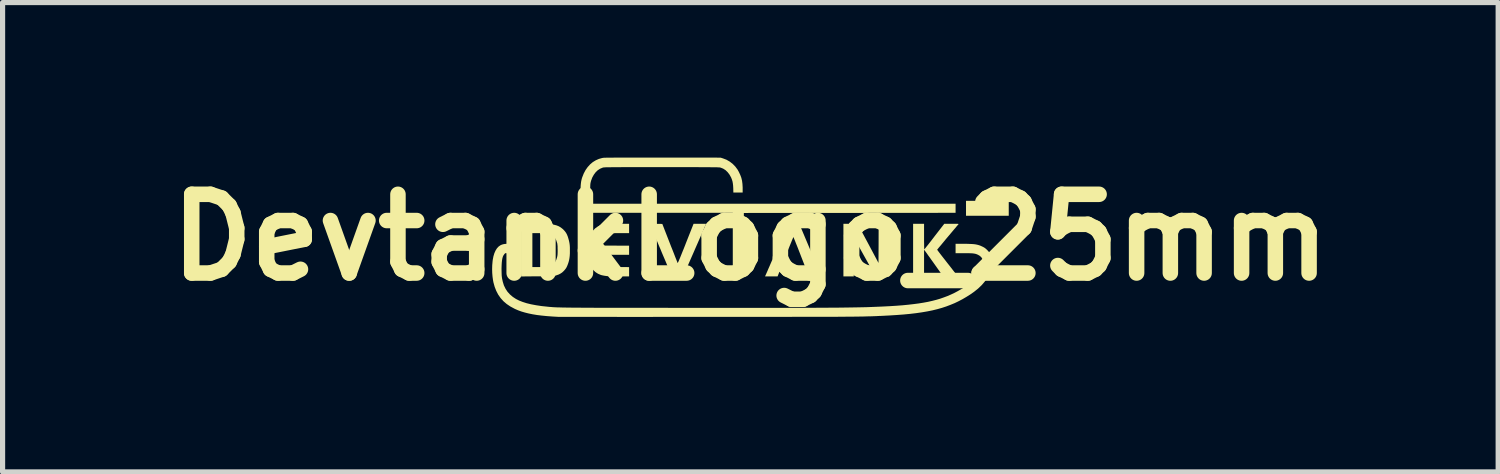
<source format=kicad_pcb>
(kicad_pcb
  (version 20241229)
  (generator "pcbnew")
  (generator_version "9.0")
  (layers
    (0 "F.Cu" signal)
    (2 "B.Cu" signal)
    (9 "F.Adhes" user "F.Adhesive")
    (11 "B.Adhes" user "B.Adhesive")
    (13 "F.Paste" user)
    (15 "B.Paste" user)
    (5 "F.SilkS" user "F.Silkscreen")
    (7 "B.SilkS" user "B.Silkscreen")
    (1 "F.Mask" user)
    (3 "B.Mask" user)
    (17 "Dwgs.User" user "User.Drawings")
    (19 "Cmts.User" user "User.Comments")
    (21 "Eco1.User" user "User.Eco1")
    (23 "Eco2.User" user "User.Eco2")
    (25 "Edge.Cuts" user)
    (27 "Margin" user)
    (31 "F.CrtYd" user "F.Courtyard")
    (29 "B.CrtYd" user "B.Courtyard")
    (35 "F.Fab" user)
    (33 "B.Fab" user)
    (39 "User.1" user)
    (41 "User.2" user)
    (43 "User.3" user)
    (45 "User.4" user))
  (footprint "DevtankLogo_25mm"
    (layer "F.Cu")
    (at 11.474 1.545)
    (property "Reference" "DevtankLogo_25mm" (at 0 0 0) (layer "F.SilkS") (effects (font (size 1.524 1.524) (thickness 0.3))))
    (attr board_only exclude_from_pos_files exclude_from_bom)
    (fp_poly (pts (xy 5 -0.419) (xy 4.173 -0.419) (xy 4.173 -0.708) (xy 5 -0.708)) (stroke (width 0) (type solid)) (fill yes) (layer "F.SilkS"))
    (fp_poly (pts (xy 3.971 -0.476) (xy 1.922 -0.474) (xy -0.127 -0.473) (xy -0.128 0.141) (xy -0.129 0.755) (xy -0.341 0.755) (xy -0.341 -0.476) (xy -3.304 -0.476) (xy -3.304 -0.652) (xy 3.971 -0.652)) (stroke (width 0) (type solid)) (fill yes) (layer "F.SilkS"))
    (fp_poly (pts (xy 1.938 -0.263) (xy 2.076 -0.261) (xy 2.278 0.116) (xy 2.479 0.494) (xy 2.481 0.115) (xy 2.482 -0.264) (xy 2.689 -0.264) (xy 2.689 0.755) (xy 2.556 0.755) (xy 2.423 0.755) (xy 2.216 0.385) (xy 2.184 0.328) (xy 2.154 0.274) (xy 2.125 0.222) (xy 2.099 0.175) (xy 2.075 0.133) (xy 2.054 0.096) (xy 2.036 0.064) (xy 2.022 0.04) (xy 2.012 0.023) (xy 2.006 0.014) (xy 2.005 0.012) (xy 2.005 0.017) (xy 2.004 0.031) (xy 2.003 0.054) (xy 2.003 0.085) (xy 2.002 0.123) (xy 2.002 0.167) (xy 2.002 0.216) (xy 2.001 0.271) (xy 2.001 0.329) (xy 2.001 0.382) (xy 2.001 0.755) (xy 1.8 0.755) (xy 1.8 -0.264)) (stroke (width 0) (type solid)) (fill yes) (layer "F.SilkS"))
    (fp_poly (pts (xy 1.156 0.235) (xy 1.185 0.303) (xy 1.212 0.369) (xy 1.239 0.432) (xy 1.263 0.49) (xy 1.286 0.544) (xy 1.307 0.593) (xy 1.325 0.637) (xy 1.341 0.673) (xy 1.353 0.703) (xy 1.362 0.725) (xy 1.368 0.739) (xy 1.37 0.743) (xy 1.375 0.755) (xy 1.253 0.754) (xy 1.131 0.752) (xy 0.984 0.375) (xy 0.961 0.315) (xy 0.939 0.259) (xy 0.918 0.205) (xy 0.899 0.157) (xy 0.881 0.113) (xy 0.866 0.074) (xy 0.853 0.043) (xy 0.843 0.018) (xy 0.837 0.002) (xy 0.833 -0.006) (xy 0.833 -0.007) (xy 0.831 -0.003) (xy 0.825 0.01) (xy 0.815 0.032) (xy 0.803 0.06) (xy 0.789 0.096) (xy 0.772 0.137) (xy 0.753 0.184) (xy 0.732 0.235) (xy 0.71 0.291) (xy 0.686 0.349) (xy 0.677 0.372) (xy 0.526 0.755) (xy 0.405 0.755) (xy 0.371 0.755) (xy 0.341 0.755) (xy 0.315 0.754) (xy 0.297 0.754) (xy 0.286 0.754) (xy 0.284 0.753) (xy 0.286 0.748) (xy 0.292 0.735) (xy 0.302 0.713) (xy 0.315 0.683) (xy 0.331 0.647) (xy 0.349 0.604) (xy 0.371 0.555) (xy 0.394 0.501) (xy 0.42 0.442) (xy 0.447 0.38) (xy 0.476 0.314) (xy 0.506 0.246) (xy 0.506 0.245) (xy 0.728 -0.261) (xy 0.947 -0.261)) (stroke (width 0) (type solid)) (fill yes) (layer "F.SilkS"))
    (fp_poly (pts (xy -0.945 -0.264) (xy -0.915 -0.263) (xy -0.889 -0.263) (xy -0.871 -0.263) (xy -0.86 -0.262) (xy -0.858 -0.262) (xy -0.86 -0.257) (xy -0.866 -0.244) (xy -0.876 -0.222) (xy -0.889 -0.192) (xy -0.905 -0.155) (xy -0.923 -0.112) (xy -0.945 -0.064) (xy -0.968 -0.01) (xy -0.994 0.049) (xy -1.021 0.111) (xy -1.05 0.177) (xy -1.08 0.245) (xy -1.08 0.246) (xy -1.302 0.752) (xy -1.519 0.755) (xy -1.525 0.741) (xy -1.528 0.734) (xy -1.535 0.719) (xy -1.545 0.695) (xy -1.558 0.664) (xy -1.574 0.625) (xy -1.593 0.581) (xy -1.614 0.531) (xy -1.637 0.475) (xy -1.662 0.416) (xy -1.689 0.353) (xy -1.717 0.287) (xy -1.738 0.235) (xy -1.767 0.168) (xy -1.794 0.103) (xy -1.82 0.041) (xy -1.845 -0.017) (xy -1.867 -0.07) (xy -1.887 -0.118) (xy -1.905 -0.16) (xy -1.92 -0.195) (xy -1.932 -0.224) (xy -1.941 -0.244) (xy -1.946 -0.257) (xy -1.948 -0.26) (xy -1.944 -0.261) (xy -1.93 -0.262) (xy -1.91 -0.262) (xy -1.883 -0.263) (xy -1.851 -0.263) (xy -1.828 -0.263) (xy -1.705 -0.261) (xy -1.559 0.114) (xy -1.536 0.173) (xy -1.513 0.23) (xy -1.492 0.283) (xy -1.473 0.332) (xy -1.456 0.376) (xy -1.441 0.414) (xy -1.428 0.446) (xy -1.418 0.471) (xy -1.412 0.487) (xy -1.408 0.495) (xy -1.408 0.496) (xy -1.405 0.493) (xy -1.399 0.48) (xy -1.389 0.459) (xy -1.376 0.428) (xy -1.359 0.388) (xy -1.339 0.338) (xy -1.315 0.278) (xy -1.287 0.21) (xy -1.256 0.131) (xy -1.252 0.12) (xy -1.1 -0.264) (xy -0.979 -0.264)) (stroke (width 0) (type solid)) (fill yes) (layer "F.SilkS"))
    (fp_poly (pts (xy 3.361 -0.016) (xy 3.361 0.034) (xy 3.361 0.08) (xy 3.362 0.122) (xy 3.362 0.159) (xy 3.363 0.189) (xy 3.364 0.212) (xy 3.364 0.227) (xy 3.365 0.232) (xy 3.365 0.232) (xy 3.369 0.228) (xy 3.378 0.217) (xy 3.393 0.199) (xy 3.412 0.174) (xy 3.436 0.145) (xy 3.463 0.11) (xy 3.493 0.072) (xy 3.525 0.03) (xy 3.559 -0.014) (xy 3.56 -0.016) (xy 3.752 -0.263) (xy 3.893 -0.264) (xy 3.935 -0.264) (xy 3.968 -0.263) (xy 3.992 -0.263) (xy 4.009 -0.263) (xy 4.021 -0.262) (xy 4.027 -0.26) (xy 4.029 -0.259) (xy 4.028 -0.256) (xy 4.027 -0.255) (xy 4.01 -0.235) (xy 3.989 -0.211) (xy 3.965 -0.181) (xy 3.937 -0.149) (xy 3.907 -0.113) (xy 3.875 -0.075) (xy 3.843 -0.037) (xy 3.81 0.002) (xy 3.777 0.041) (xy 3.746 0.079) (xy 3.717 0.114) (xy 3.69 0.147) (xy 3.666 0.175) (xy 3.645 0.2) (xy 3.63 0.219) (xy 3.619 0.232) (xy 3.615 0.238) (xy 3.615 0.239) (xy 3.618 0.243) (xy 3.627 0.256) (xy 3.641 0.275) (xy 3.66 0.3) (xy 3.683 0.33) (xy 3.71 0.365) (xy 3.74 0.403) (xy 3.773 0.445) (xy 3.807 0.489) (xy 3.81 0.493) (xy 3.845 0.537) (xy 3.878 0.579) (xy 3.908 0.618) (xy 3.936 0.654) (xy 3.96 0.684) (xy 3.98 0.71) (xy 3.995 0.73) (xy 4.005 0.743) (xy 4.009 0.748) (xy 4.009 0.749) (xy 4.009 0.75) (xy 4.003 0.752) (xy 3.991 0.753) (xy 3.973 0.754) (xy 3.947 0.755) (xy 3.913 0.755) (xy 3.872 0.755) (xy 3.731 0.755) (xy 3.558 0.511) (xy 3.526 0.466) (xy 3.495 0.423) (xy 3.467 0.383) (xy 3.441 0.348) (xy 3.419 0.316) (xy 3.4 0.29) (xy 3.386 0.271) (xy 3.376 0.258) (xy 3.373 0.254) (xy 3.361 0.24) (xy 3.361 0.498) (xy 3.361 0.755) (xy 3.149 0.755) (xy 3.149 -0.264) (xy 3.361 -0.264)) (stroke (width 0) (type solid)) (fill yes) (layer "F.SilkS"))
    (fp_poly (pts (xy -2.348 -0.083) (xy -2.535 -0.083) (xy -2.581 -0.083) (xy -2.625 -0.082) (xy -2.665 -0.081) (xy -2.699 -0.081) (xy -2.727 -0.079) (xy -2.747 -0.078) (xy -2.756 -0.077) (xy -2.8 -0.066) (xy -2.837 -0.049) (xy -2.867 -0.024) (xy -2.891 0.008) (xy -2.908 0.048) (xy -2.919 0.096) (xy -2.923 0.134) (xy -2.924 0.158) (xy -2.636 0.159) (xy -2.348 0.16) (xy -2.348 0.336) (xy -2.634 0.336) (xy -2.688 0.336) (xy -2.738 0.336) (xy -2.784 0.337) (xy -2.825 0.337) (xy -2.861 0.338) (xy -2.889 0.338) (xy -2.909 0.339) (xy -2.921 0.34) (xy -2.923 0.34) (xy -2.923 0.347) (xy -2.922 0.361) (xy -2.919 0.379) (xy -2.918 0.384) (xy -2.906 0.432) (xy -2.888 0.473) (xy -2.863 0.506) (xy -2.83 0.532) (xy -2.79 0.552) (xy -2.767 0.56) (xy -2.757 0.563) (xy -2.747 0.565) (xy -2.735 0.567) (xy -2.72 0.568) (xy -2.702 0.57) (xy -2.678 0.571) (xy -2.647 0.571) (xy -2.61 0.572) (xy -2.563 0.572) (xy -2.54 0.573) (xy -2.348 0.575) (xy -2.348 0.755) (xy -2.54 0.754) (xy -2.585 0.754) (xy -2.626 0.754) (xy -2.664 0.753) (xy -2.696 0.753) (xy -2.721 0.753) (xy -2.739 0.752) (xy -2.748 0.752) (xy -2.748 0.752) (xy -2.79 0.747) (xy -2.824 0.742) (xy -2.851 0.737) (xy -2.874 0.732) (xy -2.894 0.727) (xy -2.896 0.726) (xy -2.948 0.704) (xy -2.996 0.674) (xy -3.039 0.635) (xy -3.077 0.588) (xy -3.108 0.534) (xy -3.134 0.473) (xy -3.153 0.406) (xy -3.165 0.334) (xy -3.17 0.255) (xy -3.167 0.179) (xy -3.157 0.107) (xy -3.139 0.039) (xy -3.115 -0.024) (xy -3.085 -0.081) (xy -3.048 -0.131) (xy -3.005 -0.175) (xy -2.956 -0.21) (xy -2.919 -0.23) (xy -2.905 -0.237) (xy -2.891 -0.242) (xy -2.878 -0.247) (xy -2.865 -0.251) (xy -2.849 -0.254) (xy -2.831 -0.256) (xy -2.808 -0.258) (xy -2.781 -0.259) (xy -2.748 -0.26) (xy -2.707 -0.261) (xy -2.659 -0.262) (xy -2.601 -0.262) (xy -2.589 -0.262) (xy -2.348 -0.264)) (stroke (width 0) (type solid)) (fill yes) (layer "F.SilkS"))
    (fp_poly (pts (xy -4.114 -0.264) (xy -4.059 -0.263) (xy -4.012 -0.263) (xy -3.973 -0.262) (xy -3.94 -0.261) (xy -3.913 -0.26) (xy -3.89 -0.259) (xy -3.871 -0.257) (xy -3.861 -0.256) (xy -3.803 -0.246) (xy -3.753 -0.233) (xy -3.71 -0.216) (xy -3.671 -0.193) (xy -3.634 -0.164) (xy -3.617 -0.148) (xy -3.59 -0.118) (xy -3.568 -0.088) (xy -3.55 -0.054) (xy -3.534 -0.014) (xy -3.525 0.016) (xy -3.514 0.055) (xy -3.506 0.09) (xy -3.5 0.124) (xy -3.496 0.159) (xy -3.494 0.199) (xy -3.494 0.247) (xy -3.494 0.253) (xy -3.494 0.309) (xy -3.497 0.357) (xy -3.502 0.399) (xy -3.509 0.438) (xy -3.519 0.477) (xy -3.529 0.508) (xy -3.546 0.552) (xy -3.564 0.589) (xy -3.587 0.621) (xy -3.615 0.652) (xy -3.644 0.679) (xy -3.674 0.699) (xy -3.708 0.717) (xy -3.727 0.724) (xy -3.742 0.729) (xy -3.755 0.734) (xy -3.769 0.738) (xy -3.784 0.741) (xy -3.8 0.744) (xy -3.819 0.746) (xy -3.842 0.748) (xy -3.869 0.75) (xy -3.901 0.751) (xy -3.94 0.751) (xy -3.986 0.752) (xy -4.04 0.753) (xy -4.103 0.753) (xy -4.133 0.753) (xy -4.437 0.756) (xy -4.437 -0.083) (xy -4.22 -0.083) (xy -4.22 0.574) (xy -4.081 0.574) (xy -4.032 0.574) (xy -3.992 0.573) (xy -3.959 0.572) (xy -3.935 0.57) (xy -3.916 0.568) (xy -3.908 0.566) (xy -3.866 0.554) (xy -3.83 0.534) (xy -3.801 0.507) (xy -3.776 0.473) (xy -3.756 0.429) (xy -3.742 0.384) (xy -3.738 0.366) (xy -3.735 0.349) (xy -3.733 0.331) (xy -3.732 0.31) (xy -3.731 0.282) (xy -3.731 0.248) (xy -3.731 0.24) (xy -3.732 0.204) (xy -3.732 0.175) (xy -3.734 0.153) (xy -3.736 0.135) (xy -3.738 0.119) (xy -3.742 0.103) (xy -3.743 0.102) (xy -3.759 0.053) (xy -3.78 0.013) (xy -3.805 -0.02) (xy -3.806 -0.021) (xy -3.823 -0.037) (xy -3.839 -0.05) (xy -3.857 -0.06) (xy -3.877 -0.068) (xy -3.901 -0.074) (xy -3.93 -0.078) (xy -3.965 -0.081) (xy -4.008 -0.082) (xy -4.059 -0.083) (xy -4.079 -0.083) (xy -4.22 -0.083) (xy -4.437 -0.083) (xy -4.437 -0.264) (xy -4.178 -0.264)) (stroke (width 0) (type solid)) (fill yes) (layer "F.SilkS"))
    (fp_poly (pts (xy -2.008 -1.545) (xy -1.877 -1.545) (xy -1.735 -1.545) (xy -1.688 -1.545) (xy -0.577 -1.544) (xy -0.53 -1.529) (xy -0.462 -1.503) (xy -0.4 -1.467) (xy -0.344 -1.424) (xy -0.293 -1.372) (xy -0.249 -1.313) (xy -0.224 -1.268) (xy -0.197 -1.211) (xy -0.176 -1.155) (xy -0.162 -1.097) (xy -0.154 -1.035) (xy -0.15 -0.967) (xy -0.15 -0.95) (xy -0.15 -0.869) (xy -0.33 -0.869) (xy -0.332 -0.953) (xy -0.335 -1.004) (xy -0.34 -1.047) (xy -0.347 -1.085) (xy -0.358 -1.12) (xy -0.372 -1.156) (xy -0.377 -1.166) (xy -0.407 -1.219) (xy -0.442 -1.264) (xy -0.482 -1.302) (xy -0.527 -1.331) (xy -0.575 -1.35) (xy -0.583 -1.352) (xy -0.587 -1.353) (xy -0.593 -1.354) (xy -0.602 -1.355) (xy -0.613 -1.355) (xy -0.628 -1.356) (xy -0.646 -1.357) (xy -0.668 -1.357) (xy -0.694 -1.358) (xy -0.726 -1.358) (xy -0.762 -1.358) (xy -0.804 -1.359) (xy -0.851 -1.359) (xy -0.906 -1.359) (xy -0.967 -1.359) (xy -1.035 -1.36) (xy -1.111 -1.36) (xy -1.194 -1.36) (xy -1.287 -1.36) (xy -1.388 -1.36) (xy -1.498 -1.36) (xy -1.618 -1.36) (xy -1.72 -1.36) (xy -1.846 -1.36) (xy -1.962 -1.36) (xy -2.069 -1.36) (xy -2.166 -1.36) (xy -2.255 -1.36) (xy -2.336 -1.36) (xy -2.408 -1.36) (xy -2.474 -1.36) (xy -2.532 -1.359) (xy -2.584 -1.359) (xy -2.63 -1.359) (xy -2.67 -1.359) (xy -2.704 -1.358) (xy -2.734 -1.358) (xy -2.76 -1.358) (xy -2.781 -1.357) (xy -2.799 -1.357) (xy -2.813 -1.356) (xy -2.825 -1.355) (xy -2.834 -1.355) (xy -2.842 -1.354) (xy -2.848 -1.353) (xy -2.852 -1.352) (xy -2.857 -1.351) (xy -2.86 -1.35) (xy -2.91 -1.329) (xy -2.956 -1.299) (xy -2.996 -1.26) (xy -3.031 -1.213) (xy -3.061 -1.159) (xy -3.084 -1.097) (xy -3.085 -1.093) (xy -3.09 -1.074) (xy -3.094 -1.057) (xy -3.097 -1.039) (xy -3.099 -1.017) (xy -3.1 -0.989) (xy -3.101 -0.955) (xy -3.104 -0.864) (xy -3.29 -0.864) (xy -3.287 -0.955) (xy -3.285 -1.004) (xy -3.281 -1.045) (xy -3.276 -1.082) (xy -3.269 -1.115) (xy -3.26 -1.149) (xy -3.254 -1.166) (xy -3.226 -1.237) (xy -3.191 -1.303) (xy -3.15 -1.361) (xy -3.103 -1.413) (xy -3.051 -1.457) (xy -2.994 -1.492) (xy -2.933 -1.519) (xy -2.869 -1.537) (xy -2.842 -1.541) (xy -2.832 -1.542) (xy -2.814 -1.542) (xy -2.787 -1.543) (xy -2.751 -1.543) (xy -2.705 -1.544) (xy -2.651 -1.544) (xy -2.588 -1.545) (xy -2.515 -1.545) (xy -2.433 -1.545) (xy -2.342 -1.545) (xy -2.24 -1.545) (xy -2.129 -1.545)) (stroke (width 0) (type solid)) (fill yes) (layer "F.SilkS"))
    (fp_poly (pts (xy -4.638 0.305) (xy -4.746 0.305) (xy -4.764 0.326) (xy -4.779 0.347) (xy -4.791 0.372) (xy -4.8 0.403) (xy -4.807 0.44) (xy -4.812 0.485) (xy -4.815 0.537) (xy -4.817 0.599) (xy -4.817 0.615) (xy -4.816 0.663) (xy -4.815 0.702) (xy -4.814 0.736) (xy -4.811 0.765) (xy -4.807 0.793) (xy -4.801 0.822) (xy -4.794 0.853) (xy -4.793 0.858) (xy -4.771 0.929) (xy -4.74 0.993) (xy -4.702 1.051) (xy -4.654 1.104) (xy -4.599 1.151) (xy -4.538 1.191) (xy -4.477 1.222) (xy -4.408 1.249) (xy -4.33 1.274) (xy -4.243 1.295) (xy -4.147 1.313) (xy -4.041 1.329) (xy -3.926 1.341) (xy -3.922 1.342) (xy -3.905 1.343) (xy -3.889 1.345) (xy -3.873 1.346) (xy -3.857 1.347) (xy -3.84 1.349) (xy -3.824 1.35) (xy -3.806 1.351) (xy -3.788 1.352) (xy -3.768 1.353) (xy -3.746 1.354) (xy -3.723 1.355) (xy -3.697 1.355) (xy -3.668 1.356) (xy -3.637 1.357) (xy -3.602 1.357) (xy -3.564 1.358) (xy -3.522 1.359) (xy -3.476 1.359) (xy -3.425 1.36) (xy -3.37 1.36) (xy -3.31 1.36) (xy -3.244 1.361) (xy -3.173 1.361) (xy -3.096 1.361) (xy -3.013 1.362) (xy -2.923 1.362) (xy -2.826 1.362) (xy -2.722 1.362) (xy -2.611 1.362) (xy -2.492 1.363) (xy -2.365 1.363) (xy -2.23 1.363) (xy -2.086 1.363) (xy -1.933 1.363) (xy -1.771 1.363) (xy -1.599 1.363) (xy -1.418 1.364) (xy -1.288 1.364) (xy -1.055 1.364) (xy -0.833 1.364) (xy -0.62 1.364) (xy -0.417 1.364) (xy -0.223 1.364) (xy -0.039 1.364) (xy 0.137 1.364) (xy 0.304 1.364) (xy 0.463 1.364) (xy 0.613 1.364) (xy 0.756 1.363) (xy 0.891 1.363) (xy 1.019 1.363) (xy 1.139 1.362) (xy 1.253 1.362) (xy 1.36 1.361) (xy 1.461 1.361) (xy 1.555 1.36) (xy 1.644 1.36) (xy 1.727 1.359) (xy 1.805 1.358) (xy 1.877 1.357) (xy 1.945 1.356) (xy 2.008 1.355) (xy 2.067 1.354) (xy 2.121 1.353) (xy 2.172 1.352) (xy 2.218 1.351) (xy 2.257 1.35) (xy 2.412 1.344) (xy 2.558 1.338) (xy 2.694 1.331) (xy 2.822 1.323) (xy 2.941 1.314) (xy 3.053 1.303) (xy 3.158 1.291) (xy 3.257 1.278) (xy 3.35 1.263) (xy 3.437 1.247) (xy 3.52 1.228) (xy 3.598 1.208) (xy 3.673 1.186) (xy 3.744 1.161) (xy 3.814 1.135) (xy 3.881 1.106) (xy 3.947 1.075) (xy 4.011 1.041) (xy 4.076 1.004) (xy 4.1 0.99) (xy 4.186 0.935) (xy 4.262 0.877) (xy 4.328 0.818) (xy 4.384 0.757) (xy 4.43 0.694) (xy 4.466 0.629) (xy 4.489 0.571) (xy 4.498 0.535) (xy 4.502 0.496) (xy 4.5 0.46) (xy 4.494 0.427) (xy 4.489 0.415) (xy 4.469 0.384) (xy 4.44 0.357) (xy 4.404 0.336) (xy 4.385 0.328) (xy 4.367 0.321) (xy 4.347 0.316) (xy 4.325 0.312) (xy 4.3 0.309) (xy 4.269 0.307) (xy 4.232 0.306) (xy 4.187 0.305) (xy 4.133 0.305) (xy 3.971 0.305) (xy 3.971 0.124) (xy 4.125 0.124) (xy 4.188 0.124) (xy 4.243 0.126) (xy 4.289 0.128) (xy 4.329 0.131) (xy 4.364 0.136) (xy 4.396 0.143) (xy 4.425 0.151) (xy 4.453 0.161) (xy 4.481 0.174) (xy 4.494 0.18) (xy 4.523 0.195) (xy 4.546 0.211) (xy 4.569 0.231) (xy 4.582 0.243) (xy 4.618 0.283) (xy 4.645 0.324) (xy 4.664 0.368) (xy 4.676 0.419) (xy 4.68 0.441) (xy 4.683 0.499) (xy 4.676 0.56) (xy 4.659 0.626) (xy 4.656 0.636) (xy 4.625 0.712) (xy 4.585 0.785) (xy 4.534 0.857) (xy 4.474 0.926) (xy 4.405 0.992) (xy 4.326 1.055) (xy 4.256 1.104) (xy 4.181 1.151) (xy 4.106 1.195) (xy 4.03 1.235) (xy 3.953 1.272) (xy 3.873 1.305) (xy 3.791 1.336) (xy 3.706 1.364) (xy 3.617 1.389) (xy 3.523 1.412) (xy 3.424 1.432) (xy 3.319 1.45) (xy 3.208 1.466) (xy 3.09 1.48) (xy 2.964 1.492) (xy 2.83 1.502) (xy 2.687 1.511) (xy 2.534 1.519) (xy 2.503 1.52) (xy 2.474 1.521) (xy 2.445 1.523) (xy 2.417 1.524) (xy 2.39 1.525) (xy 2.363 1.526) (xy 2.335 1.527) (xy 2.307 1.528) (xy 2.278 1.528) (xy 2.247 1.529) (xy 2.216 1.53) (xy 2.182 1.531) (xy 2.147 1.531) (xy 2.109 1.532) (xy 2.069 1.533) (xy 2.026 1.533) (xy 1.98 1.534) (xy 1.93 1.534) (xy 1.877 1.534) (xy 1.819 1.535) (xy 1.758 1.535) (xy 1.691 1.536) (xy 1.62 1.536) (xy 1.544 1.536) (xy 1.462 1.536) (xy 1.374 1.537) (xy 1.281 1.537) (xy 1.181 1.537) (xy 1.074 1.537) (xy 0.961 1.537) (xy 0.84 1.537) (xy 0.712 1.538) (xy 0.576 1.538) (xy 0.432 1.538) (xy 0.28 1.538) (xy 0.119 1.538) (xy -0.051 1.538) (xy -0.23 1.538) (xy -0.418 1.538) (xy -0.616 1.538) (xy -0.817 1.538) (xy -0.989 1.538) (xy -1.158 1.538) (xy -1.325 1.538) (xy -1.488 1.538) (xy -1.648 1.538) (xy -1.805 1.538) (xy -1.957 1.539) (xy -2.106 1.539) (xy -2.249 1.539) (xy -2.388 1.539) (xy -2.522 1.539) (xy -2.65 1.538) (xy -2.772 1.538) (xy -2.888 1.538) (xy -2.998 1.538) (xy -3.101 1.538) (xy -3.198 1.538) (xy -3.287 1.538) (xy -3.368 1.538) (xy -3.442 1.538) (xy -3.507 1.538) (xy -3.564 1.538) (xy -3.612 1.538) (xy -3.652 1.538) (xy -3.681 1.538) (xy -3.702 1.538) (xy -3.712 1.538) (xy -3.713 1.538) (xy -3.831 1.531) (xy -3.939 1.523) (xy -4.039 1.513) (xy -4.13 1.502) (xy -4.215 1.488) (xy -4.293 1.472) (xy -4.365 1.454) (xy -4.433 1.434) (xy -4.496 1.411) (xy -4.556 1.385) (xy -4.566 1.38) (xy -4.646 1.337) (xy -4.717 1.289) (xy -4.78 1.235) (xy -4.834 1.175) (xy -4.881 1.108) (xy -4.919 1.035) (xy -4.95 0.956) (xy -4.974 0.869) (xy -4.982 0.826) (xy -4.991 0.761) (xy -4.997 0.689) (xy -4.999 0.615) (xy -4.997 0.54) (xy -4.991 0.469) (xy -4.987 0.435) (xy -4.974 0.367) (xy -4.956 0.307) (xy -4.933 0.255) (xy -4.906 0.212) (xy -4.874 0.177) (xy -4.838 0.152) (xy -4.836 0.151) (xy -4.811 0.14) (xy -4.784 0.132) (xy -4.755 0.127) (xy -4.719 0.124) (xy -4.695 0.124) (xy -4.638 0.124)) (stroke (width 0) (type solid)) (fill yes) (layer "F.SilkS")))
  (gr_rect
    (start -3 -3)
    (end 25.947 6.084)
    (stroke (width 0.1) (type default))
    (fill no)
    (layer "Edge.Cuts")))
</source>
